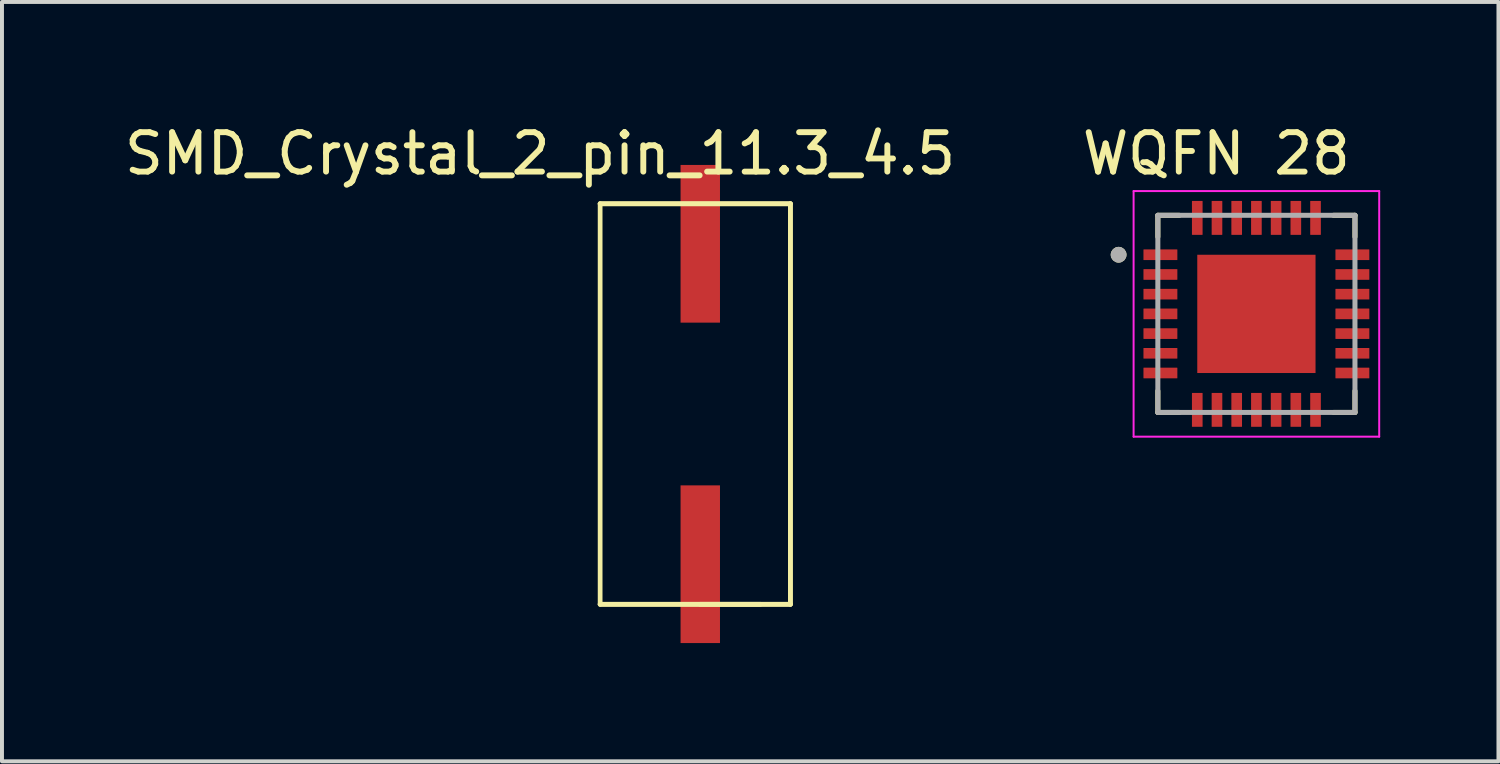
<source format=kicad_pcb>
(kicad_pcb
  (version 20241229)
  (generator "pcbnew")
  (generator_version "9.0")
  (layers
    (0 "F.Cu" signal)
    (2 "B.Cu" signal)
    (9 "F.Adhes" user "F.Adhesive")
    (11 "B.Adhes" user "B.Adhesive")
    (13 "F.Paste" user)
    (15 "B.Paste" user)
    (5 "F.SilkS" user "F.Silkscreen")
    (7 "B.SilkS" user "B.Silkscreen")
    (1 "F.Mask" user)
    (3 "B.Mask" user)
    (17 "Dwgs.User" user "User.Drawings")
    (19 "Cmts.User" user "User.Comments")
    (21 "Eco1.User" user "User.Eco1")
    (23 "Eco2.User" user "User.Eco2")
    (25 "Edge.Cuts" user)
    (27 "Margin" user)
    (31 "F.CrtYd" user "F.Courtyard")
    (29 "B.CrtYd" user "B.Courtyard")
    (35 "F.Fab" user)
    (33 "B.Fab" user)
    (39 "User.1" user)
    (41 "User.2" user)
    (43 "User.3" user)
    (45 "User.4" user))
  (footprint "SMD_Crystal_2_pin_11.3_4.5"
    (layer "F.Cu")
    (at 14.713 3.388)
    (property "Reference" "SMD_Crystal_2_pin_11.3_4.5" (at -4.064 -2.54 0) (layer "F.SilkS") (effects (font (size 1 1) (thickness 0.15))))
    (attr through_hole)
    (fp_line (start -2.54 -1.27) (end 2.286 -1.27) (stroke (width 0.12) (type solid)) (layer "F.SilkS"))
    (fp_line (start -2.54 -1.27) (end 2.286 -1.27) (stroke (width 0.12) (type solid)) (layer "F.SilkS"))
    (fp_line (start -2.54 8.89) (end -2.54 -1.27) (stroke (width 0.12) (type solid)) (layer "F.SilkS"))
    (fp_line (start 0 8.89) (end 2.286 8.89) (stroke (width 0.12) (type solid)) (layer "F.SilkS"))
    (fp_line (start 1.524 8.89) (end -2.54 8.89) (stroke (width 0.12) (type solid)) (layer "F.SilkS"))
    (fp_line (start 2.286 -1.27) (end 2.286 8.89) (stroke (width 0.12) (type solid)) (layer "F.SilkS"))
    (fp_line (start 2.286 -1.27) (end 2.286 8.89) (stroke (width 0.12) (type solid)) (layer "F.SilkS"))
    (fp_line (start 2.286 8.89) (end -2.54 8.89) (stroke (width 0.12) (type solid)) (layer "F.SilkS"))
    (pad "1" smd rect (at 0 7.874) (size 1 4) (layers "F.Cu" "F.Mask" "F.Paste"))
    (pad "2" smd rect (at 0 -0.254) (size 1 4) (layers "F.Cu" "F.Mask" "F.Paste")))
  (footprint "WQFN 28"
    (layer "F.Cu")
    (at 29.023 3.083)
    (property "Reference" "WQFN 28" (at -1.219 -2.235 0) (layer "F.SilkS") (effects (font (size 1 1) (thickness 0.15))))
    (attr through_hole)
    (fp_line (start -2.703 -0.671) (end -2.703 -0.126) (stroke (width 0.127) (type solid)) (layer "F.SilkS"))
    (fp_line (start -2.703 -0.671) (end -2.158 -0.671) (stroke (width 0.127) (type solid)) (layer "F.SilkS"))
    (fp_line (start -2.703 4.329) (end -2.703 3.784) (stroke (width 0.127) (type solid)) (layer "F.SilkS"))
    (fp_line (start -2.703 4.329) (end -2.158 4.329) (stroke (width 0.127) (type solid)) (layer "F.SilkS"))
    (fp_line (start 2.297 -0.671) (end 1.752 -0.671) (stroke (width 0.127) (type solid)) (layer "F.SilkS"))
    (fp_line (start 2.297 -0.671) (end 2.297 -0.126) (stroke (width 0.127) (type solid)) (layer "F.SilkS"))
    (fp_line (start 2.297 4.329) (end 1.752 4.329) (stroke (width 0.127) (type solid)) (layer "F.SilkS"))
    (fp_line (start 2.297 4.329) (end 2.297 3.784) (stroke (width 0.127) (type solid)) (layer "F.SilkS"))
    (fp_circle (center -3.698 0.329) (end -3.598 0.329) (stroke (width 0.2) (type solid)) (fill no) (layer "F.SilkS"))
    (fp_poly (pts (xy -1.153 0.879) (xy 0.747 0.879) (xy 0.747 2.779) (xy -1.153 2.779)) (stroke (width 0.01) (type solid)) (fill yes) (layer "F.Paste"))
    (fp_line (start -3.318 -1.286) (end 2.912 -1.286) (stroke (width 0.05) (type solid)) (layer "F.CrtYd"))
    (fp_line (start -3.318 4.944) (end -3.318 -1.286) (stroke (width 0.05) (type solid)) (layer "F.CrtYd"))
    (fp_line (start -3.318 4.944) (end 2.912 4.944) (stroke (width 0.05) (type solid)) (layer "F.CrtYd"))
    (fp_line (start 2.912 4.944) (end 2.912 -1.286) (stroke (width 0.05) (type solid)) (layer "F.CrtYd"))
    (fp_line (start -2.703 4.329) (end -2.703 -0.671) (stroke (width 0.127) (type solid)) (layer "F.Fab"))
    (fp_line (start 2.297 -0.671) (end -2.703 -0.671) (stroke (width 0.127) (type solid)) (layer "F.Fab"))
    (fp_line (start 2.297 4.329) (end -2.703 4.329) (stroke (width 0.127) (type solid)) (layer "F.Fab"))
    (fp_line (start 2.297 4.329) (end 2.297 -0.671) (stroke (width 0.127) (type solid)) (layer "F.Fab"))
    (fp_circle (center -3.698 0.329) (end -3.598 0.329) (stroke (width 0.2) (type solid)) (fill no) (layer "F.Fab"))
    (pad "1" smd roundrect (at -2.638 0.329) (size 0.86 0.27) (layers "F.Cu" "F.Mask" "F.Paste") (roundrect_rratio 0.03))
    (pad "2" smd roundrect (at -2.638 0.829) (size 0.86 0.27) (layers "F.Cu" "F.Mask" "F.Paste") (roundrect_rratio 0.03))
    (pad "3" smd roundrect (at -2.638 1.329) (size 0.86 0.27) (layers "F.Cu" "F.Mask" "F.Paste") (roundrect_rratio 0.03))
    (pad "4" smd roundrect (at -2.638 1.829) (size 0.86 0.27) (layers "F.Cu" "F.Mask" "F.Paste") (roundrect_rratio 0.03))
    (pad "5" smd roundrect (at -2.638 2.329) (size 0.86 0.27) (layers "F.Cu" "F.Mask" "F.Paste") (roundrect_rratio 0.03))
    (pad "6" smd roundrect (at -2.638 2.829) (size 0.86 0.27) (layers "F.Cu" "F.Mask" "F.Paste") (roundrect_rratio 0.03))
    (pad "7" smd roundrect (at -2.638 3.329) (size 0.86 0.27) (layers "F.Cu" "F.Mask" "F.Paste") (roundrect_rratio 0.03))
    (pad "8" smd roundrect (at -1.703 4.264) (size 0.27 0.86) (layers "F.Cu" "F.Mask" "F.Paste") (roundrect_rratio 0.03))
    (pad "9" smd roundrect (at -1.203 4.264) (size 0.27 0.86) (layers "F.Cu" "F.Mask" "F.Paste") (roundrect_rratio 0.03))
    (pad "10" smd roundrect (at -0.703 4.264) (size 0.27 0.86) (layers "F.Cu" "F.Mask" "F.Paste") (roundrect_rratio 0.03))
    (pad "11" smd roundrect (at -0.203 4.264) (size 0.27 0.86) (layers "F.Cu" "F.Mask" "F.Paste") (roundrect_rratio 0.03))
    (pad "12" smd roundrect (at 0.297 4.264) (size 0.27 0.86) (layers "F.Cu" "F.Mask" "F.Paste") (roundrect_rratio 0.03))
    (pad "13" smd roundrect (at 0.797 4.264) (size 0.27 0.86) (layers "F.Cu" "F.Mask" "F.Paste") (roundrect_rratio 0.03))
    (pad "14" smd roundrect (at 1.297 4.264) (size 0.27 0.86) (layers "F.Cu" "F.Mask" "F.Paste") (roundrect_rratio 0.03))
    (pad "15" smd roundrect (at 2.232 3.329) (size 0.86 0.27) (layers "F.Cu" "F.Mask" "F.Paste") (roundrect_rratio 0.03))
    (pad "16" smd roundrect (at 2.232 2.829) (size 0.86 0.27) (layers "F.Cu" "F.Mask" "F.Paste") (roundrect_rratio 0.03))
    (pad "17" smd roundrect (at 2.232 2.329) (size 0.86 0.27) (layers "F.Cu" "F.Mask" "F.Paste") (roundrect_rratio 0.03))
    (pad "18" smd roundrect (at 2.232 1.829) (size 0.86 0.27) (layers "F.Cu" "F.Mask" "F.Paste") (roundrect_rratio 0.03))
    (pad "19" smd roundrect (at 2.232 1.329) (size 0.86 0.27) (layers "F.Cu" "F.Mask" "F.Paste") (roundrect_rratio 0.03))
    (pad "20" smd roundrect (at 2.232 0.829) (size 0.86 0.27) (layers "F.Cu" "F.Mask" "F.Paste") (roundrect_rratio 0.03))
    (pad "21" smd roundrect (at 2.232 0.329) (size 0.86 0.27) (layers "F.Cu" "F.Mask" "F.Paste") (roundrect_rratio 0.03))
    (pad "22" smd roundrect (at 1.297 -0.606) (size 0.27 0.86) (layers "F.Cu" "F.Mask" "F.Paste") (roundrect_rratio 0.03))
    (pad "23" smd roundrect (at 0.797 -0.606) (size 0.27 0.86) (layers "F.Cu" "F.Mask" "F.Paste") (roundrect_rratio 0.03))
    (pad "24" smd roundrect (at 0.297 -0.606) (size 0.27 0.86) (layers "F.Cu" "F.Mask" "F.Paste") (roundrect_rratio 0.03))
    (pad "25" smd roundrect (at -0.203 -0.606) (size 0.27 0.86) (layers "F.Cu" "F.Mask" "F.Paste") (roundrect_rratio 0.03))
    (pad "26" smd roundrect (at -0.703 -0.606) (size 0.27 0.86) (layers "F.Cu" "F.Mask" "F.Paste") (roundrect_rratio 0.03))
    (pad "27" smd roundrect (at -1.203 -0.606) (size 0.27 0.86) (layers "F.Cu" "F.Mask" "F.Paste") (roundrect_rratio 0.03))
    (pad "28" smd roundrect (at -1.703 -0.606) (size 0.27 0.86) (layers "F.Cu" "F.Mask" "F.Paste") (roundrect_rratio 0.03))
    (pad "29" smd rect (at -0.203 1.829) (size 3 3) (layers "F.Cu" "F.Mask")))
  (gr_rect
    (start -3 -3)
    (end 34.96 16.262)
    (stroke (width 0.1) (type default))
    (fill no)
    (layer "Edge.Cuts")))
</source>
